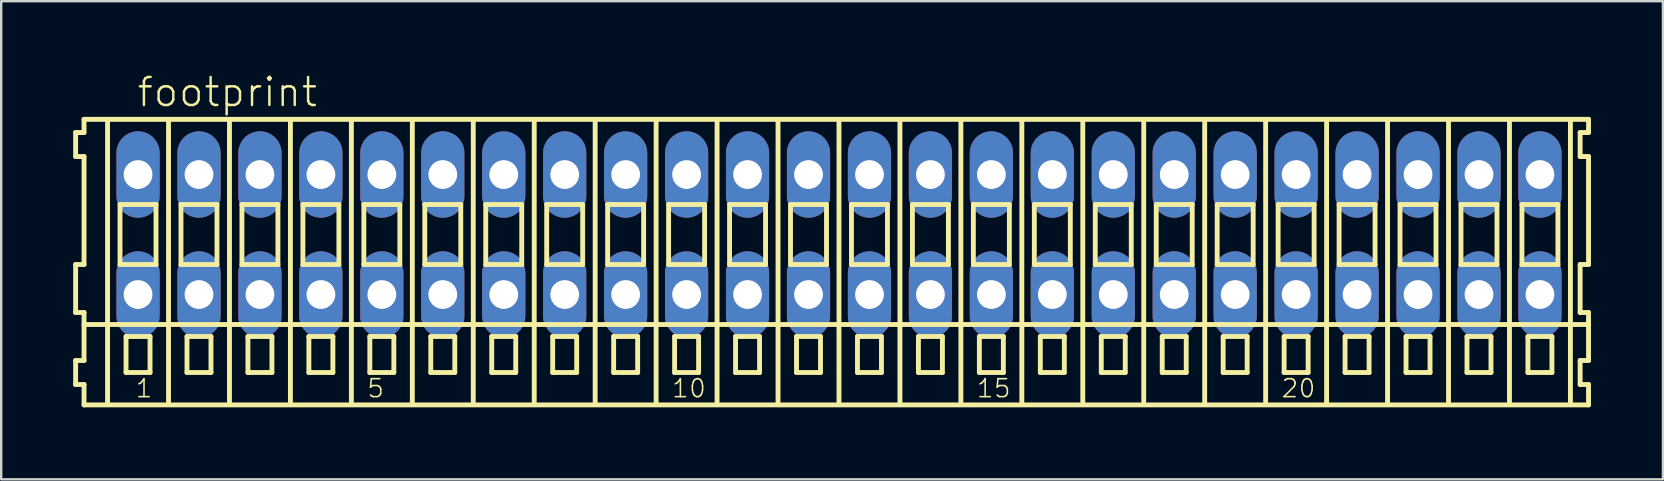
<source format=kicad_pcb>
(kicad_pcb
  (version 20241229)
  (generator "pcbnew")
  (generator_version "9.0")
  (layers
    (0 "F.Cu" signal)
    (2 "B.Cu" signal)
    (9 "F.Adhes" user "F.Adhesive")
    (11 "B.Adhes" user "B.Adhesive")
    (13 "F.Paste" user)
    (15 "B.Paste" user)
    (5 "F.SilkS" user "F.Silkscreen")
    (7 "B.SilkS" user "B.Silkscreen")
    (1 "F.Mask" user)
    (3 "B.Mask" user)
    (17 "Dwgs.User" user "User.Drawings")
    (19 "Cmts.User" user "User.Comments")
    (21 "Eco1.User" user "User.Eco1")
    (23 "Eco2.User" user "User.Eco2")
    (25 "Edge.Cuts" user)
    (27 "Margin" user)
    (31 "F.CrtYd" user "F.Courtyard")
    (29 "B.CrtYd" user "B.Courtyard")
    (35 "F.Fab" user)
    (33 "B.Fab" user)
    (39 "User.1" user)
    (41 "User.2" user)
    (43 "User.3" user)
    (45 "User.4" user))
  (footprint "footprint"
    (layer "F.Cu")
    (at 31.912 6.723)
    (property "Reference" "footprint" (at -29.31 -5.25 0) (layer "F.SilkS") (effects (font (size 1.168 1.168) (thickness 0.102)) (justify left bottom)))
    (fp_line (start -31.81 -4.25) (end -31.81 -3.25) (stroke (width 0.203) (type solid)) (layer "F.SilkS"))
    (fp_line (start -31.81 -3.25) (end -31.46 -3.25) (stroke (width 0.203) (type solid)) (layer "F.SilkS"))
    (fp_line (start -31.81 1.25) (end -31.81 3.25) (stroke (width 0.203) (type solid)) (layer "F.SilkS"))
    (fp_line (start -31.81 3.25) (end -31.46 3.25) (stroke (width 0.203) (type solid)) (layer "F.SilkS"))
    (fp_line (start -31.81 5.25) (end -31.81 6.25) (stroke (width 0.203) (type solid)) (layer "F.SilkS"))
    (fp_line (start -31.81 6.25) (end -31.46 6.25) (stroke (width 0.203) (type solid)) (layer "F.SilkS"))
    (fp_line (start -31.46 -4.8) (end -31.46 -4.25) (stroke (width 0.203) (type solid)) (layer "F.SilkS"))
    (fp_line (start -31.46 -4.25) (end -31.81 -4.25) (stroke (width 0.203) (type solid)) (layer "F.SilkS"))
    (fp_line (start -31.46 -3.25) (end -31.46 1.25) (stroke (width 0.203) (type solid)) (layer "F.SilkS"))
    (fp_line (start -31.46 1.25) (end -31.81 1.25) (stroke (width 0.203) (type solid)) (layer "F.SilkS"))
    (fp_line (start -31.46 3.25) (end -31.46 5.25) (stroke (width 0.203) (type solid)) (layer "F.SilkS"))
    (fp_line (start -31.46 3.75) (end 31.235 3.75) (stroke (width 0.203) (type solid)) (layer "F.SilkS"))
    (fp_line (start -31.46 5.25) (end -31.81 5.25) (stroke (width 0.203) (type solid)) (layer "F.SilkS"))
    (fp_line (start -31.46 6.25) (end -31.46 7.1) (stroke (width 0.203) (type solid)) (layer "F.SilkS"))
    (fp_line (start -31.46 7.1) (end 31.235 7.1) (stroke (width 0.203) (type solid)) (layer "F.SilkS"))
    (fp_line (start -30.48 6.985) (end -30.48 -4.699) (stroke (width 0.203) (type solid)) (layer "F.SilkS"))
    (fp_line (start -29.96 -1.25) (end -29.96 1.25) (stroke (width 0.203) (type solid)) (layer "F.SilkS"))
    (fp_line (start -29.96 1.25) (end -28.46 1.25) (stroke (width 0.203) (type solid)) (layer "F.SilkS"))
    (fp_line (start -29.71 4.25) (end -29.71 5.75) (stroke (width 0.203) (type solid)) (layer "F.SilkS"))
    (fp_line (start -29.71 5.75) (end -28.71 5.75) (stroke (width 0.203) (type solid)) (layer "F.SilkS"))
    (fp_line (start -28.71 4.25) (end -29.71 4.25) (stroke (width 0.203) (type solid)) (layer "F.SilkS"))
    (fp_line (start -28.71 5.75) (end -28.71 4.25) (stroke (width 0.203) (type solid)) (layer "F.SilkS"))
    (fp_line (start -28.46 -1.25) (end -29.96 -1.25) (stroke (width 0.203) (type solid)) (layer "F.SilkS"))
    (fp_line (start -28.46 1.25) (end -28.46 -1.25) (stroke (width 0.203) (type solid)) (layer "F.SilkS"))
    (fp_line (start -27.94 6.985) (end -27.94 -4.699) (stroke (width 0.203) (type solid)) (layer "F.SilkS"))
    (fp_line (start -27.42 -1.25) (end -27.42 1.25) (stroke (width 0.203) (type solid)) (layer "F.SilkS"))
    (fp_line (start -27.42 1.25) (end -25.92 1.25) (stroke (width 0.203) (type solid)) (layer "F.SilkS"))
    (fp_line (start -27.17 4.25) (end -27.17 5.75) (stroke (width 0.203) (type solid)) (layer "F.SilkS"))
    (fp_line (start -27.17 5.75) (end -26.17 5.75) (stroke (width 0.203) (type solid)) (layer "F.SilkS"))
    (fp_line (start -26.17 4.25) (end -27.17 4.25) (stroke (width 0.203) (type solid)) (layer "F.SilkS"))
    (fp_line (start -26.17 5.75) (end -26.17 4.25) (stroke (width 0.203) (type solid)) (layer "F.SilkS"))
    (fp_line (start -25.92 -1.25) (end -27.42 -1.25) (stroke (width 0.203) (type solid)) (layer "F.SilkS"))
    (fp_line (start -25.92 1.25) (end -25.92 -1.25) (stroke (width 0.203) (type solid)) (layer "F.SilkS"))
    (fp_line (start -25.4 6.985) (end -25.4 -4.699) (stroke (width 0.203) (type solid)) (layer "F.SilkS"))
    (fp_line (start -24.88 -1.25) (end -24.88 1.25) (stroke (width 0.203) (type solid)) (layer "F.SilkS"))
    (fp_line (start -24.88 1.25) (end -23.38 1.25) (stroke (width 0.203) (type solid)) (layer "F.SilkS"))
    (fp_line (start -24.63 4.25) (end -24.63 5.75) (stroke (width 0.203) (type solid)) (layer "F.SilkS"))
    (fp_line (start -24.63 5.75) (end -23.63 5.75) (stroke (width 0.203) (type solid)) (layer "F.SilkS"))
    (fp_line (start -23.63 4.25) (end -24.63 4.25) (stroke (width 0.203) (type solid)) (layer "F.SilkS"))
    (fp_line (start -23.63 5.75) (end -23.63 4.25) (stroke (width 0.203) (type solid)) (layer "F.SilkS"))
    (fp_line (start -23.38 -1.25) (end -24.88 -1.25) (stroke (width 0.203) (type solid)) (layer "F.SilkS"))
    (fp_line (start -23.38 1.25) (end -23.38 -1.25) (stroke (width 0.203) (type solid)) (layer "F.SilkS"))
    (fp_line (start -22.86 6.985) (end -22.86 -4.699) (stroke (width 0.203) (type solid)) (layer "F.SilkS"))
    (fp_line (start -22.34 -1.25) (end -22.34 1.25) (stroke (width 0.203) (type solid)) (layer "F.SilkS"))
    (fp_line (start -22.34 1.25) (end -20.84 1.25) (stroke (width 0.203) (type solid)) (layer "F.SilkS"))
    (fp_line (start -22.09 4.25) (end -22.09 5.75) (stroke (width 0.203) (type solid)) (layer "F.SilkS"))
    (fp_line (start -22.09 5.75) (end -21.09 5.75) (stroke (width 0.203) (type solid)) (layer "F.SilkS"))
    (fp_line (start -21.09 4.25) (end -22.09 4.25) (stroke (width 0.203) (type solid)) (layer "F.SilkS"))
    (fp_line (start -21.09 5.75) (end -21.09 4.25) (stroke (width 0.203) (type solid)) (layer "F.SilkS"))
    (fp_line (start -20.84 -1.25) (end -22.34 -1.25) (stroke (width 0.203) (type solid)) (layer "F.SilkS"))
    (fp_line (start -20.84 1.25) (end -20.84 -1.25) (stroke (width 0.203) (type solid)) (layer "F.SilkS"))
    (fp_line (start -20.32 6.985) (end -20.32 -4.699) (stroke (width 0.203) (type solid)) (layer "F.SilkS"))
    (fp_line (start -19.8 -1.25) (end -19.8 1.25) (stroke (width 0.203) (type solid)) (layer "F.SilkS"))
    (fp_line (start -19.8 1.25) (end -18.3 1.25) (stroke (width 0.203) (type solid)) (layer "F.SilkS"))
    (fp_line (start -19.55 4.25) (end -19.55 5.75) (stroke (width 0.203) (type solid)) (layer "F.SilkS"))
    (fp_line (start -19.55 5.75) (end -18.55 5.75) (stroke (width 0.203) (type solid)) (layer "F.SilkS"))
    (fp_line (start -18.55 4.25) (end -19.55 4.25) (stroke (width 0.203) (type solid)) (layer "F.SilkS"))
    (fp_line (start -18.55 5.75) (end -18.55 4.25) (stroke (width 0.203) (type solid)) (layer "F.SilkS"))
    (fp_line (start -18.3 -1.25) (end -19.8 -1.25) (stroke (width 0.203) (type solid)) (layer "F.SilkS"))
    (fp_line (start -18.3 1.25) (end -18.3 -1.25) (stroke (width 0.203) (type solid)) (layer "F.SilkS"))
    (fp_line (start -17.78 6.985) (end -17.78 -4.699) (stroke (width 0.203) (type solid)) (layer "F.SilkS"))
    (fp_line (start -17.26 -1.25) (end -17.26 1.25) (stroke (width 0.203) (type solid)) (layer "F.SilkS"))
    (fp_line (start -17.26 1.25) (end -15.76 1.25) (stroke (width 0.203) (type solid)) (layer "F.SilkS"))
    (fp_line (start -17.01 4.25) (end -17.01 5.75) (stroke (width 0.203) (type solid)) (layer "F.SilkS"))
    (fp_line (start -17.01 5.75) (end -16.01 5.75) (stroke (width 0.203) (type solid)) (layer "F.SilkS"))
    (fp_line (start -16.01 4.25) (end -17.01 4.25) (stroke (width 0.203) (type solid)) (layer "F.SilkS"))
    (fp_line (start -16.01 5.75) (end -16.01 4.25) (stroke (width 0.203) (type solid)) (layer "F.SilkS"))
    (fp_line (start -15.76 -1.25) (end -17.26 -1.25) (stroke (width 0.203) (type solid)) (layer "F.SilkS"))
    (fp_line (start -15.76 1.25) (end -15.76 -1.25) (stroke (width 0.203) (type solid)) (layer "F.SilkS"))
    (fp_line (start -15.24 6.985) (end -15.24 -4.699) (stroke (width 0.203) (type solid)) (layer "F.SilkS"))
    (fp_line (start -14.72 -1.25) (end -14.72 1.25) (stroke (width 0.203) (type solid)) (layer "F.SilkS"))
    (fp_line (start -14.72 1.25) (end -13.22 1.25) (stroke (width 0.203) (type solid)) (layer "F.SilkS"))
    (fp_line (start -14.47 4.25) (end -14.47 5.75) (stroke (width 0.203) (type solid)) (layer "F.SilkS"))
    (fp_line (start -14.47 5.75) (end -13.47 5.75) (stroke (width 0.203) (type solid)) (layer "F.SilkS"))
    (fp_line (start -13.47 4.25) (end -14.47 4.25) (stroke (width 0.203) (type solid)) (layer "F.SilkS"))
    (fp_line (start -13.47 5.75) (end -13.47 4.25) (stroke (width 0.203) (type solid)) (layer "F.SilkS"))
    (fp_line (start -13.22 -1.25) (end -14.72 -1.25) (stroke (width 0.203) (type solid)) (layer "F.SilkS"))
    (fp_line (start -13.22 1.25) (end -13.22 -1.25) (stroke (width 0.203) (type solid)) (layer "F.SilkS"))
    (fp_line (start -12.7 6.985) (end -12.7 -4.699) (stroke (width 0.203) (type solid)) (layer "F.SilkS"))
    (fp_line (start -12.18 -1.25) (end -12.18 1.25) (stroke (width 0.203) (type solid)) (layer "F.SilkS"))
    (fp_line (start -12.18 1.25) (end -10.68 1.25) (stroke (width 0.203) (type solid)) (layer "F.SilkS"))
    (fp_line (start -11.93 4.25) (end -11.93 5.75) (stroke (width 0.203) (type solid)) (layer "F.SilkS"))
    (fp_line (start -11.93 5.75) (end -10.93 5.75) (stroke (width 0.203) (type solid)) (layer "F.SilkS"))
    (fp_line (start -10.93 4.25) (end -11.93 4.25) (stroke (width 0.203) (type solid)) (layer "F.SilkS"))
    (fp_line (start -10.93 5.75) (end -10.93 4.25) (stroke (width 0.203) (type solid)) (layer "F.SilkS"))
    (fp_line (start -10.68 -1.25) (end -12.18 -1.25) (stroke (width 0.203) (type solid)) (layer "F.SilkS"))
    (fp_line (start -10.68 1.25) (end -10.68 -1.25) (stroke (width 0.203) (type solid)) (layer "F.SilkS"))
    (fp_line (start -10.16 6.985) (end -10.16 -4.699) (stroke (width 0.203) (type solid)) (layer "F.SilkS"))
    (fp_line (start -9.64 -1.25) (end -9.64 1.25) (stroke (width 0.203) (type solid)) (layer "F.SilkS"))
    (fp_line (start -9.64 1.25) (end -8.14 1.25) (stroke (width 0.203) (type solid)) (layer "F.SilkS"))
    (fp_line (start -9.39 4.25) (end -9.39 5.75) (stroke (width 0.203) (type solid)) (layer "F.SilkS"))
    (fp_line (start -9.39 5.75) (end -8.39 5.75) (stroke (width 0.203) (type solid)) (layer "F.SilkS"))
    (fp_line (start -8.39 4.25) (end -9.39 4.25) (stroke (width 0.203) (type solid)) (layer "F.SilkS"))
    (fp_line (start -8.39 5.75) (end -8.39 4.25) (stroke (width 0.203) (type solid)) (layer "F.SilkS"))
    (fp_line (start -8.14 -1.25) (end -9.64 -1.25) (stroke (width 0.203) (type solid)) (layer "F.SilkS"))
    (fp_line (start -8.14 1.25) (end -8.14 -1.25) (stroke (width 0.203) (type solid)) (layer "F.SilkS"))
    (fp_line (start -7.62 6.985) (end -7.62 -4.699) (stroke (width 0.203) (type solid)) (layer "F.SilkS"))
    (fp_line (start -7.1 -1.25) (end -7.1 1.25) (stroke (width 0.203) (type solid)) (layer "F.SilkS"))
    (fp_line (start -7.1 1.25) (end -5.6 1.25) (stroke (width 0.203) (type solid)) (layer "F.SilkS"))
    (fp_line (start -6.85 4.25) (end -6.85 5.75) (stroke (width 0.203) (type solid)) (layer "F.SilkS"))
    (fp_line (start -6.85 5.75) (end -5.85 5.75) (stroke (width 0.203) (type solid)) (layer "F.SilkS"))
    (fp_line (start -5.85 4.25) (end -6.85 4.25) (stroke (width 0.203) (type solid)) (layer "F.SilkS"))
    (fp_line (start -5.85 5.75) (end -5.85 4.25) (stroke (width 0.203) (type solid)) (layer "F.SilkS"))
    (fp_line (start -5.6 -1.25) (end -7.1 -1.25) (stroke (width 0.203) (type solid)) (layer "F.SilkS"))
    (fp_line (start -5.6 1.25) (end -5.6 -1.25) (stroke (width 0.203) (type solid)) (layer "F.SilkS"))
    (fp_line (start -5.08 6.985) (end -5.08 -4.699) (stroke (width 0.203) (type solid)) (layer "F.SilkS"))
    (fp_line (start -4.56 -1.25) (end -4.56 1.25) (stroke (width 0.203) (type solid)) (layer "F.SilkS"))
    (fp_line (start -4.56 1.25) (end -3.06 1.25) (stroke (width 0.203) (type solid)) (layer "F.SilkS"))
    (fp_line (start -4.31 4.25) (end -4.31 5.75) (stroke (width 0.203) (type solid)) (layer "F.SilkS"))
    (fp_line (start -4.31 5.75) (end -3.31 5.75) (stroke (width 0.203) (type solid)) (layer "F.SilkS"))
    (fp_line (start -3.31 4.25) (end -4.31 4.25) (stroke (width 0.203) (type solid)) (layer "F.SilkS"))
    (fp_line (start -3.31 5.75) (end -3.31 4.25) (stroke (width 0.203) (type solid)) (layer "F.SilkS"))
    (fp_line (start -3.06 -1.25) (end -4.56 -1.25) (stroke (width 0.203) (type solid)) (layer "F.SilkS"))
    (fp_line (start -3.06 1.25) (end -3.06 -1.25) (stroke (width 0.203) (type solid)) (layer "F.SilkS"))
    (fp_line (start -2.54 6.985) (end -2.54 -4.699) (stroke (width 0.203) (type solid)) (layer "F.SilkS"))
    (fp_line (start -2.02 -1.25) (end -2.02 1.25) (stroke (width 0.203) (type solid)) (layer "F.SilkS"))
    (fp_line (start -2.02 1.25) (end -0.52 1.25) (stroke (width 0.203) (type solid)) (layer "F.SilkS"))
    (fp_line (start -1.77 4.25) (end -1.77 5.75) (stroke (width 0.203) (type solid)) (layer "F.SilkS"))
    (fp_line (start -1.77 5.75) (end -0.77 5.75) (stroke (width 0.203) (type solid)) (layer "F.SilkS"))
    (fp_line (start -0.77 4.25) (end -1.77 4.25) (stroke (width 0.203) (type solid)) (layer "F.SilkS"))
    (fp_line (start -0.77 5.75) (end -0.77 4.25) (stroke (width 0.203) (type solid)) (layer "F.SilkS"))
    (fp_line (start -0.52 -1.25) (end -2.02 -1.25) (stroke (width 0.203) (type solid)) (layer "F.SilkS"))
    (fp_line (start -0.52 1.25) (end -0.52 -1.25) (stroke (width 0.203) (type solid)) (layer "F.SilkS"))
    (fp_line (start 0 6.985) (end 0 -4.699) (stroke (width 0.203) (type solid)) (layer "F.SilkS"))
    (fp_line (start 0.52 -1.25) (end 0.52 1.25) (stroke (width 0.203) (type solid)) (layer "F.SilkS"))
    (fp_line (start 0.52 1.25) (end 2.02 1.25) (stroke (width 0.203) (type solid)) (layer "F.SilkS"))
    (fp_line (start 0.77 4.25) (end 0.77 5.75) (stroke (width 0.203) (type solid)) (layer "F.SilkS"))
    (fp_line (start 0.77 5.75) (end 1.77 5.75) (stroke (width 0.203) (type solid)) (layer "F.SilkS"))
    (fp_line (start 1.77 4.25) (end 0.77 4.25) (stroke (width 0.203) (type solid)) (layer "F.SilkS"))
    (fp_line (start 1.77 5.75) (end 1.77 4.25) (stroke (width 0.203) (type solid)) (layer "F.SilkS"))
    (fp_line (start 2.02 -1.25) (end 0.52 -1.25) (stroke (width 0.203) (type solid)) (layer "F.SilkS"))
    (fp_line (start 2.02 1.25) (end 2.02 -1.25) (stroke (width 0.203) (type solid)) (layer "F.SilkS"))
    (fp_line (start 2.54 6.985) (end 2.54 -4.699) (stroke (width 0.203) (type solid)) (layer "F.SilkS"))
    (fp_line (start 3.06 -1.25) (end 3.06 1.25) (stroke (width 0.203) (type solid)) (layer "F.SilkS"))
    (fp_line (start 3.06 1.25) (end 4.56 1.25) (stroke (width 0.203) (type solid)) (layer "F.SilkS"))
    (fp_line (start 3.31 4.25) (end 3.31 5.75) (stroke (width 0.203) (type solid)) (layer "F.SilkS"))
    (fp_line (start 3.31 5.75) (end 4.31 5.75) (stroke (width 0.203) (type solid)) (layer "F.SilkS"))
    (fp_line (start 4.31 4.25) (end 3.31 4.25) (stroke (width 0.203) (type solid)) (layer "F.SilkS"))
    (fp_line (start 4.31 5.75) (end 4.31 4.25) (stroke (width 0.203) (type solid)) (layer "F.SilkS"))
    (fp_line (start 4.56 -1.25) (end 3.06 -1.25) (stroke (width 0.203) (type solid)) (layer "F.SilkS"))
    (fp_line (start 4.56 1.25) (end 4.56 -1.25) (stroke (width 0.203) (type solid)) (layer "F.SilkS"))
    (fp_line (start 5.08 6.985) (end 5.08 -4.699) (stroke (width 0.203) (type solid)) (layer "F.SilkS"))
    (fp_line (start 5.6 -1.25) (end 5.6 1.25) (stroke (width 0.203) (type solid)) (layer "F.SilkS"))
    (fp_line (start 5.6 1.25) (end 7.1 1.25) (stroke (width 0.203) (type solid)) (layer "F.SilkS"))
    (fp_line (start 5.85 4.25) (end 5.85 5.75) (stroke (width 0.203) (type solid)) (layer "F.SilkS"))
    (fp_line (start 5.85 5.75) (end 6.85 5.75) (stroke (width 0.203) (type solid)) (layer "F.SilkS"))
    (fp_line (start 6.85 4.25) (end 5.85 4.25) (stroke (width 0.203) (type solid)) (layer "F.SilkS"))
    (fp_line (start 6.85 5.75) (end 6.85 4.25) (stroke (width 0.203) (type solid)) (layer "F.SilkS"))
    (fp_line (start 7.1 -1.25) (end 5.6 -1.25) (stroke (width 0.203) (type solid)) (layer "F.SilkS"))
    (fp_line (start 7.1 1.25) (end 7.1 -1.25) (stroke (width 0.203) (type solid)) (layer "F.SilkS"))
    (fp_line (start 7.62 6.985) (end 7.62 -4.699) (stroke (width 0.203) (type solid)) (layer "F.SilkS"))
    (fp_line (start 8.14 -1.25) (end 8.14 1.25) (stroke (width 0.203) (type solid)) (layer "F.SilkS"))
    (fp_line (start 8.14 1.25) (end 9.64 1.25) (stroke (width 0.203) (type solid)) (layer "F.SilkS"))
    (fp_line (start 8.39 4.25) (end 8.39 5.75) (stroke (width 0.203) (type solid)) (layer "F.SilkS"))
    (fp_line (start 8.39 5.75) (end 9.39 5.75) (stroke (width 0.203) (type solid)) (layer "F.SilkS"))
    (fp_line (start 9.39 4.25) (end 8.39 4.25) (stroke (width 0.203) (type solid)) (layer "F.SilkS"))
    (fp_line (start 9.39 5.75) (end 9.39 4.25) (stroke (width 0.203) (type solid)) (layer "F.SilkS"))
    (fp_line (start 9.64 -1.25) (end 8.14 -1.25) (stroke (width 0.203) (type solid)) (layer "F.SilkS"))
    (fp_line (start 9.64 1.25) (end 9.64 -1.25) (stroke (width 0.203) (type solid)) (layer "F.SilkS"))
    (fp_line (start 10.16 6.985) (end 10.16 -4.699) (stroke (width 0.203) (type solid)) (layer "F.SilkS"))
    (fp_line (start 10.68 -1.25) (end 10.68 1.25) (stroke (width 0.203) (type solid)) (layer "F.SilkS"))
    (fp_line (start 10.68 1.25) (end 12.18 1.25) (stroke (width 0.203) (type solid)) (layer "F.SilkS"))
    (fp_line (start 10.93 4.25) (end 10.93 5.75) (stroke (width 0.203) (type solid)) (layer "F.SilkS"))
    (fp_line (start 10.93 5.75) (end 11.93 5.75) (stroke (width 0.203) (type solid)) (layer "F.SilkS"))
    (fp_line (start 11.93 4.25) (end 10.93 4.25) (stroke (width 0.203) (type solid)) (layer "F.SilkS"))
    (fp_line (start 11.93 5.75) (end 11.93 4.25) (stroke (width 0.203) (type solid)) (layer "F.SilkS"))
    (fp_line (start 12.18 -1.25) (end 10.68 -1.25) (stroke (width 0.203) (type solid)) (layer "F.SilkS"))
    (fp_line (start 12.18 1.25) (end 12.18 -1.25) (stroke (width 0.203) (type solid)) (layer "F.SilkS"))
    (fp_line (start 12.7 6.985) (end 12.7 -4.699) (stroke (width 0.203) (type solid)) (layer "F.SilkS"))
    (fp_line (start 13.22 -1.25) (end 13.22 1.25) (stroke (width 0.203) (type solid)) (layer "F.SilkS"))
    (fp_line (start 13.22 1.25) (end 14.72 1.25) (stroke (width 0.203) (type solid)) (layer "F.SilkS"))
    (fp_line (start 13.47 4.25) (end 13.47 5.75) (stroke (width 0.203) (type solid)) (layer "F.SilkS"))
    (fp_line (start 13.47 5.75) (end 14.47 5.75) (stroke (width 0.203) (type solid)) (layer "F.SilkS"))
    (fp_line (start 14.47 4.25) (end 13.47 4.25) (stroke (width 0.203) (type solid)) (layer "F.SilkS"))
    (fp_line (start 14.47 5.75) (end 14.47 4.25) (stroke (width 0.203) (type solid)) (layer "F.SilkS"))
    (fp_line (start 14.72 -1.25) (end 13.22 -1.25) (stroke (width 0.203) (type solid)) (layer "F.SilkS"))
    (fp_line (start 14.72 1.25) (end 14.72 -1.25) (stroke (width 0.203) (type solid)) (layer "F.SilkS"))
    (fp_line (start 15.24 6.985) (end 15.24 -4.699) (stroke (width 0.203) (type solid)) (layer "F.SilkS"))
    (fp_line (start 15.76 -1.25) (end 15.76 1.25) (stroke (width 0.203) (type solid)) (layer "F.SilkS"))
    (fp_line (start 15.76 1.25) (end 17.26 1.25) (stroke (width 0.203) (type solid)) (layer "F.SilkS"))
    (fp_line (start 16.01 4.25) (end 16.01 5.75) (stroke (width 0.203) (type solid)) (layer "F.SilkS"))
    (fp_line (start 16.01 5.75) (end 17.01 5.75) (stroke (width 0.203) (type solid)) (layer "F.SilkS"))
    (fp_line (start 17.01 4.25) (end 16.01 4.25) (stroke (width 0.203) (type solid)) (layer "F.SilkS"))
    (fp_line (start 17.01 5.75) (end 17.01 4.25) (stroke (width 0.203) (type solid)) (layer "F.SilkS"))
    (fp_line (start 17.26 -1.25) (end 15.76 -1.25) (stroke (width 0.203) (type solid)) (layer "F.SilkS"))
    (fp_line (start 17.26 1.25) (end 17.26 -1.25) (stroke (width 0.203) (type solid)) (layer "F.SilkS"))
    (fp_line (start 17.78 6.985) (end 17.78 -4.699) (stroke (width 0.203) (type solid)) (layer "F.SilkS"))
    (fp_line (start 18.3 -1.25) (end 18.3 1.25) (stroke (width 0.203) (type solid)) (layer "F.SilkS"))
    (fp_line (start 18.3 1.25) (end 19.8 1.25) (stroke (width 0.203) (type solid)) (layer "F.SilkS"))
    (fp_line (start 18.55 4.25) (end 18.55 5.75) (stroke (width 0.203) (type solid)) (layer "F.SilkS"))
    (fp_line (start 18.55 5.75) (end 19.55 5.75) (stroke (width 0.203) (type solid)) (layer "F.SilkS"))
    (fp_line (start 19.55 4.25) (end 18.55 4.25) (stroke (width 0.203) (type solid)) (layer "F.SilkS"))
    (fp_line (start 19.55 5.75) (end 19.55 4.25) (stroke (width 0.203) (type solid)) (layer "F.SilkS"))
    (fp_line (start 19.8 -1.25) (end 18.3 -1.25) (stroke (width 0.203) (type solid)) (layer "F.SilkS"))
    (fp_line (start 19.8 1.25) (end 19.8 -1.25) (stroke (width 0.203) (type solid)) (layer "F.SilkS"))
    (fp_line (start 20.32 6.985) (end 20.32 -4.699) (stroke (width 0.203) (type solid)) (layer "F.SilkS"))
    (fp_line (start 20.84 -1.25) (end 20.84 1.25) (stroke (width 0.203) (type solid)) (layer "F.SilkS"))
    (fp_line (start 20.84 1.25) (end 22.34 1.25) (stroke (width 0.203) (type solid)) (layer "F.SilkS"))
    (fp_line (start 21.09 4.25) (end 21.09 5.75) (stroke (width 0.203) (type solid)) (layer "F.SilkS"))
    (fp_line (start 21.09 5.75) (end 22.09 5.75) (stroke (width 0.203) (type solid)) (layer "F.SilkS"))
    (fp_line (start 22.09 4.25) (end 21.09 4.25) (stroke (width 0.203) (type solid)) (layer "F.SilkS"))
    (fp_line (start 22.09 5.75) (end 22.09 4.25) (stroke (width 0.203) (type solid)) (layer "F.SilkS"))
    (fp_line (start 22.34 -1.25) (end 20.84 -1.25) (stroke (width 0.203) (type solid)) (layer "F.SilkS"))
    (fp_line (start 22.34 1.25) (end 22.34 -1.25) (stroke (width 0.203) (type solid)) (layer "F.SilkS"))
    (fp_line (start 22.86 6.985) (end 22.86 -4.699) (stroke (width 0.203) (type solid)) (layer "F.SilkS"))
    (fp_line (start 23.38 -1.25) (end 23.38 1.25) (stroke (width 0.203) (type solid)) (layer "F.SilkS"))
    (fp_line (start 23.38 1.25) (end 24.88 1.25) (stroke (width 0.203) (type solid)) (layer "F.SilkS"))
    (fp_line (start 23.63 4.25) (end 23.63 5.75) (stroke (width 0.203) (type solid)) (layer "F.SilkS"))
    (fp_line (start 23.63 5.75) (end 24.63 5.75) (stroke (width 0.203) (type solid)) (layer "F.SilkS"))
    (fp_line (start 24.63 4.25) (end 23.63 4.25) (stroke (width 0.203) (type solid)) (layer "F.SilkS"))
    (fp_line (start 24.63 5.75) (end 24.63 4.25) (stroke (width 0.203) (type solid)) (layer "F.SilkS"))
    (fp_line (start 24.88 -1.25) (end 23.38 -1.25) (stroke (width 0.203) (type solid)) (layer "F.SilkS"))
    (fp_line (start 24.88 1.25) (end 24.88 -1.25) (stroke (width 0.203) (type solid)) (layer "F.SilkS"))
    (fp_line (start 25.4 6.985) (end 25.4 -4.699) (stroke (width 0.203) (type solid)) (layer "F.SilkS"))
    (fp_line (start 25.92 -1.25) (end 25.92 1.25) (stroke (width 0.203) (type solid)) (layer "F.SilkS"))
    (fp_line (start 25.92 1.25) (end 27.42 1.25) (stroke (width 0.203) (type solid)) (layer "F.SilkS"))
    (fp_line (start 26.17 4.25) (end 26.17 5.75) (stroke (width 0.203) (type solid)) (layer "F.SilkS"))
    (fp_line (start 26.17 5.75) (end 27.17 5.75) (stroke (width 0.203) (type solid)) (layer "F.SilkS"))
    (fp_line (start 27.17 4.25) (end 26.17 4.25) (stroke (width 0.203) (type solid)) (layer "F.SilkS"))
    (fp_line (start 27.17 5.75) (end 27.17 4.25) (stroke (width 0.203) (type solid)) (layer "F.SilkS"))
    (fp_line (start 27.42 -1.25) (end 25.92 -1.25) (stroke (width 0.203) (type solid)) (layer "F.SilkS"))
    (fp_line (start 27.42 1.25) (end 27.42 -1.25) (stroke (width 0.203) (type solid)) (layer "F.SilkS"))
    (fp_line (start 27.94 6.985) (end 27.94 -4.699) (stroke (width 0.203) (type solid)) (layer "F.SilkS"))
    (fp_line (start 28.46 -1.25) (end 28.46 1.25) (stroke (width 0.203) (type solid)) (layer "F.SilkS"))
    (fp_line (start 28.46 1.25) (end 29.96 1.25) (stroke (width 0.203) (type solid)) (layer "F.SilkS"))
    (fp_line (start 28.71 4.25) (end 28.71 5.75) (stroke (width 0.203) (type solid)) (layer "F.SilkS"))
    (fp_line (start 28.71 5.75) (end 29.71 5.75) (stroke (width 0.203) (type solid)) (layer "F.SilkS"))
    (fp_line (start 29.71 4.25) (end 28.71 4.25) (stroke (width 0.203) (type solid)) (layer "F.SilkS"))
    (fp_line (start 29.71 5.75) (end 29.71 4.25) (stroke (width 0.203) (type solid)) (layer "F.SilkS"))
    (fp_line (start 29.96 -1.25) (end 28.46 -1.25) (stroke (width 0.203) (type solid)) (layer "F.SilkS"))
    (fp_line (start 29.96 1.25) (end 29.96 -1.25) (stroke (width 0.203) (type solid)) (layer "F.SilkS"))
    (fp_line (start 30.48 6.985) (end 30.48 -4.699) (stroke (width 0.203) (type solid)) (layer "F.SilkS"))
    (fp_line (start 30.885 -4.25) (end 30.885 -3.25) (stroke (width 0.203) (type solid)) (layer "F.SilkS"))
    (fp_line (start 30.885 -3.25) (end 31.235 -3.25) (stroke (width 0.203) (type solid)) (layer "F.SilkS"))
    (fp_line (start 30.885 1.25) (end 30.885 3.25) (stroke (width 0.203) (type solid)) (layer "F.SilkS"))
    (fp_line (start 30.885 3.25) (end 31.235 3.25) (stroke (width 0.203) (type solid)) (layer "F.SilkS"))
    (fp_line (start 30.885 5.25) (end 30.885 6.25) (stroke (width 0.203) (type solid)) (layer "F.SilkS"))
    (fp_line (start 30.885 6.25) (end 31.235 6.25) (stroke (width 0.203) (type solid)) (layer "F.SilkS"))
    (fp_line (start 31.235 -4.8) (end -31.46 -4.8) (stroke (width 0.203) (type solid)) (layer "F.SilkS"))
    (fp_line (start 31.235 -4.25) (end 30.885 -4.25) (stroke (width 0.203) (type solid)) (layer "F.SilkS"))
    (fp_line (start 31.235 -4.25) (end 31.235 -4.8) (stroke (width 0.203) (type solid)) (layer "F.SilkS"))
    (fp_line (start 31.235 1.25) (end 30.885 1.25) (stroke (width 0.203) (type solid)) (layer "F.SilkS"))
    (fp_line (start 31.235 1.25) (end 31.235 -3.25) (stroke (width 0.203) (type solid)) (layer "F.SilkS"))
    (fp_line (start 31.235 3.75) (end 31.235 3.25) (stroke (width 0.203) (type solid)) (layer "F.SilkS"))
    (fp_line (start 31.235 5.25) (end 30.885 5.25) (stroke (width 0.203) (type solid)) (layer "F.SilkS"))
    (fp_line (start 31.235 5.25) (end 31.235 3.75) (stroke (width 0.203) (type solid)) (layer "F.SilkS"))
    (fp_line (start 31.235 7.1) (end 31.235 6.25) (stroke (width 0.203) (type solid)) (layer "F.SilkS"))
    (fp_text user "10" (at -7.008 6.85 0) (layer "F.SilkS") (effects (font (size 0.748 0.748) (thickness 0.065)) (justify left bottom)))
    (fp_text user "15" (at 5.692 6.85 0) (layer "F.SilkS") (effects (font (size 0.748 0.748) (thickness 0.065)) (justify left bottom)))
    (fp_text user "1" (at -29.36 6.85 0) (layer "F.SilkS") (effects (font (size 0.748 0.748) (thickness 0.065)) (justify left bottom)))
    (fp_text user "20" (at 18.392 6.85 0) (layer "F.SilkS") (effects (font (size 0.748 0.748) (thickness 0.065)) (justify left bottom)))
    (fp_text user "5" (at -19.708 6.85 0) (layer "F.SilkS") (effects (font (size 0.748 0.748) (thickness 0.065)) (justify left bottom)))
    (pad "A1" thru_hole oval (at -29.21 -2.5 90) (size 3.6 1.8) (drill 1.2) (layers "*.Cu" "*.Mask"))
    (pad "A2" thru_hole oval (at -26.67 -2.5 90) (size 3.6 1.8) (drill 1.2) (layers "*.Cu" "*.Mask"))
    (pad "A3" thru_hole oval (at -24.13 -2.5 90) (size 3.6 1.8) (drill 1.2) (layers "*.Cu" "*.Mask"))
    (pad "A4" thru_hole oval (at -21.59 -2.5 90) (size 3.6 1.8) (drill 1.2) (layers "*.Cu" "*.Mask"))
    (pad "A5" thru_hole oval (at -19.05 -2.5 90) (size 3.6 1.8) (drill 1.2) (layers "*.Cu" "*.Mask"))
    (pad "A6" thru_hole oval (at -16.51 -2.5 90) (size 3.6 1.8) (drill 1.2) (layers "*.Cu" "*.Mask"))
    (pad "A7" thru_hole oval (at -13.97 -2.5 90) (size 3.6 1.8) (drill 1.2) (layers "*.Cu" "*.Mask"))
    (pad "A8" thru_hole oval (at -11.43 -2.5 90) (size 3.6 1.8) (drill 1.2) (layers "*.Cu" "*.Mask"))
    (pad "A9" thru_hole oval (at -8.89 -2.5 90) (size 3.6 1.8) (drill 1.2) (layers "*.Cu" "*.Mask"))
    (pad "A10" thru_hole oval (at -6.35 -2.5 90) (size 3.6 1.8) (drill 1.2) (layers "*.Cu" "*.Mask"))
    (pad "A11" thru_hole oval (at -3.81 -2.5 90) (size 3.6 1.8) (drill 1.2) (layers "*.Cu" "*.Mask"))
    (pad "A12" thru_hole oval (at -1.27 -2.5 90) (size 3.6 1.8) (drill 1.2) (layers "*.Cu" "*.Mask"))
    (pad "A13" thru_hole oval (at 1.27 -2.5 90) (size 3.6 1.8) (drill 1.2) (layers "*.Cu" "*.Mask"))
    (pad "A14" thru_hole oval (at 3.81 -2.5 90) (size 3.6 1.8) (drill 1.2) (layers "*.Cu" "*.Mask"))
    (pad "A15" thru_hole oval (at 6.35 -2.5 90) (size 3.6 1.8) (drill 1.2) (layers "*.Cu" "*.Mask"))
    (pad "A16" thru_hole oval (at 8.89 -2.5 90) (size 3.6 1.8) (drill 1.2) (layers "*.Cu" "*.Mask"))
    (pad "A17" thru_hole oval (at 11.43 -2.5 90) (size 3.6 1.8) (drill 1.2) (layers "*.Cu" "*.Mask"))
    (pad "A18" thru_hole oval (at 13.97 -2.5 90) (size 3.6 1.8) (drill 1.2) (layers "*.Cu" "*.Mask"))
    (pad "A19" thru_hole oval (at 16.51 -2.5 90) (size 3.6 1.8) (drill 1.2) (layers "*.Cu" "*.Mask"))
    (pad "A20" thru_hole oval (at 19.05 -2.5 90) (size 3.6 1.8) (drill 1.2) (layers "*.Cu" "*.Mask"))
    (pad "A21" thru_hole oval (at 21.59 -2.5 90) (size 3.6 1.8) (drill 1.2) (layers "*.Cu" "*.Mask"))
    (pad "A22" thru_hole oval (at 24.13 -2.5 90) (size 3.6 1.8) (drill 1.2) (layers "*.Cu" "*.Mask"))
    (pad "A23" thru_hole oval (at 26.67 -2.5 90) (size 3.6 1.8) (drill 1.2) (layers "*.Cu" "*.Mask"))
    (pad "A24" thru_hole oval (at 29.21 -2.5 90) (size 3.6 1.8) (drill 1.2) (layers "*.Cu" "*.Mask"))
    (pad "B1" thru_hole oval (at -29.21 2.5 90) (size 3.6 1.8) (drill 1.2) (layers "*.Cu" "*.Mask"))
    (pad "B2" thru_hole oval (at -26.67 2.5 90) (size 3.6 1.8) (drill 1.2) (layers "*.Cu" "*.Mask"))
    (pad "B3" thru_hole oval (at -24.13 2.5 90) (size 3.6 1.8) (drill 1.2) (layers "*.Cu" "*.Mask"))
    (pad "B4" thru_hole oval (at -21.59 2.5 90) (size 3.6 1.8) (drill 1.2) (layers "*.Cu" "*.Mask"))
    (pad "B5" thru_hole oval (at -19.05 2.5 90) (size 3.6 1.8) (drill 1.2) (layers "*.Cu" "*.Mask"))
    (pad "B6" thru_hole oval (at -16.51 2.5 90) (size 3.6 1.8) (drill 1.2) (layers "*.Cu" "*.Mask"))
    (pad "B7" thru_hole oval (at -13.97 2.5 90) (size 3.6 1.8) (drill 1.2) (layers "*.Cu" "*.Mask"))
    (pad "B8" thru_hole oval (at -11.43 2.5 90) (size 3.6 1.8) (drill 1.2) (layers "*.Cu" "*.Mask"))
    (pad "B9" thru_hole oval (at -8.89 2.5 90) (size 3.6 1.8) (drill 1.2) (layers "*.Cu" "*.Mask"))
    (pad "B10" thru_hole oval (at -6.35 2.5 90) (size 3.6 1.8) (drill 1.2) (layers "*.Cu" "*.Mask"))
    (pad "B11" thru_hole oval (at -3.81 2.5 90) (size 3.6 1.8) (drill 1.2) (layers "*.Cu" "*.Mask"))
    (pad "B12" thru_hole oval (at -1.27 2.5 90) (size 3.6 1.8) (drill 1.2) (layers "*.Cu" "*.Mask"))
    (pad "B13" thru_hole oval (at 1.27 2.5 90) (size 3.6 1.8) (drill 1.2) (layers "*.Cu" "*.Mask"))
    (pad "B14" thru_hole oval (at 3.81 2.5 90) (size 3.6 1.8) (drill 1.2) (layers "*.Cu" "*.Mask"))
    (pad "B15" thru_hole oval (at 6.35 2.5 90) (size 3.6 1.8) (drill 1.2) (layers "*.Cu" "*.Mask"))
    (pad "B16" thru_hole oval (at 8.89 2.5 90) (size 3.6 1.8) (drill 1.2) (layers "*.Cu" "*.Mask"))
    (pad "B17" thru_hole oval (at 11.43 2.5 90) (size 3.6 1.8) (drill 1.2) (layers "*.Cu" "*.Mask"))
    (pad "B18" thru_hole oval (at 13.97 2.5 90) (size 3.6 1.8) (drill 1.2) (layers "*.Cu" "*.Mask"))
    (pad "B19" thru_hole oval (at 16.51 2.5 90) (size 3.6 1.8) (drill 1.2) (layers "*.Cu" "*.Mask"))
    (pad "B20" thru_hole oval (at 19.05 2.5 90) (size 3.6 1.8) (drill 1.2) (layers "*.Cu" "*.Mask"))
    (pad "B21" thru_hole oval (at 21.59 2.5 90) (size 3.6 1.8) (drill 1.2) (layers "*.Cu" "*.Mask"))
    (pad "B22" thru_hole oval (at 24.13 2.5 90) (size 3.6 1.8) (drill 1.2) (layers "*.Cu" "*.Mask"))
    (pad "B23" thru_hole oval (at 26.67 2.5 90) (size 3.6 1.8) (drill 1.2) (layers "*.Cu" "*.Mask"))
    (pad "B24" thru_hole oval (at 29.21 2.5 90) (size 3.6 1.8) (drill 1.2) (layers "*.Cu" "*.Mask")))
  (gr_rect
    (start -3 -3)
    (end 66.248 16.925)
    (stroke (width 0.1) (type default))
    (fill no)
    (layer "Edge.Cuts")))
</source>
